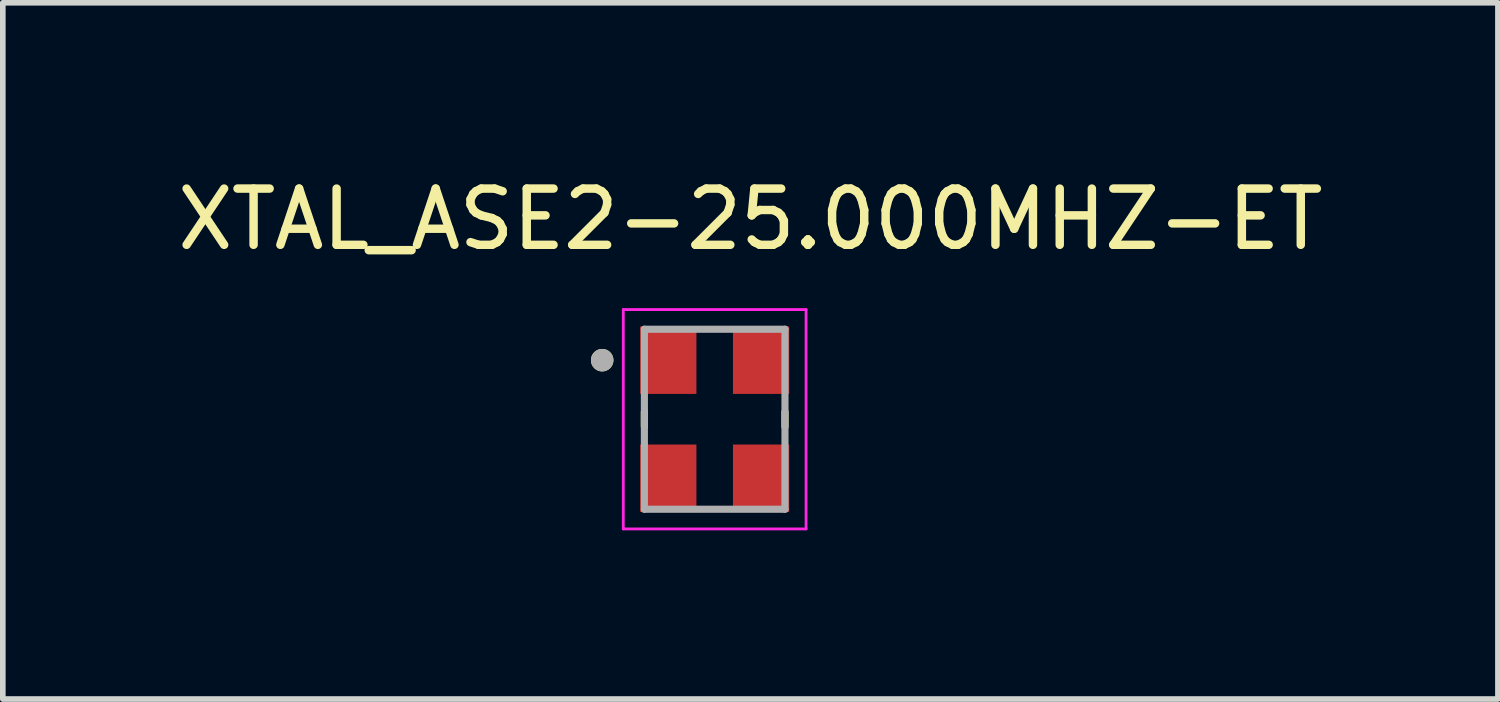
<source format=kicad_pcb>
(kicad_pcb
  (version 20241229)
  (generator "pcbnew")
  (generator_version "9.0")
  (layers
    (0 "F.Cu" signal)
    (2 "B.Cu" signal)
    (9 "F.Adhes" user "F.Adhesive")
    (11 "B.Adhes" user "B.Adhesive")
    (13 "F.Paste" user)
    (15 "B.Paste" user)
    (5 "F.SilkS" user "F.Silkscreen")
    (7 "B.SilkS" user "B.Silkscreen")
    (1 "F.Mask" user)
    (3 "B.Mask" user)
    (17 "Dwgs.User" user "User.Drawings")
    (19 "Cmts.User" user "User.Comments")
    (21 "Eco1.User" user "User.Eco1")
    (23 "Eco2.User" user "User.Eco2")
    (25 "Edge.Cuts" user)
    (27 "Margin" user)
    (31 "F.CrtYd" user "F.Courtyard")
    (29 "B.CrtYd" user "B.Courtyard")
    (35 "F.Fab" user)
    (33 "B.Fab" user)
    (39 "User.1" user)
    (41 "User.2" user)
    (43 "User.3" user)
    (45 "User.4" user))
  (footprint "XTAL_ASE2-25.000MHZ-ET"
    (layer "F.Cu")
    (at 9.657 4.404)
    (property "Reference" "XTAL_ASE2-25.000MHZ-ET" (at 0.635 -3.556 0) (layer "F.SilkS") (effects (font (size 1 1) (thickness 0.15))))
    (attr smd)
    (fp_line (start -1.25 -0.13) (end -1.25 0.13) (stroke (width 0.127) (type solid)) (layer "F.SilkS"))
    (fp_line (start 1.25 0.13) (end 1.25 -0.13) (stroke (width 0.127) (type solid)) (layer "F.SilkS"))
    (fp_circle (center -2 -1.05) (end -1.9 -1.05) (stroke (width 0.2) (type solid)) (fill no) (layer "F.SilkS"))
    (fp_line (start -1.625 -1.95) (end 1.625 -1.95) (stroke (width 0.05) (type solid)) (layer "F.CrtYd"))
    (fp_line (start -1.625 1.95) (end -1.625 -1.95) (stroke (width 0.05) (type solid)) (layer "F.CrtYd"))
    (fp_line (start 1.625 -1.95) (end 1.625 1.95) (stroke (width 0.05) (type solid)) (layer "F.CrtYd"))
    (fp_line (start 1.625 1.95) (end -1.625 1.95) (stroke (width 0.05) (type solid)) (layer "F.CrtYd"))
    (fp_line (start -1.25 -1.6) (end 1.25 -1.6) (stroke (width 0.127) (type solid)) (layer "F.Fab"))
    (fp_line (start -1.25 1.6) (end -1.25 -1.6) (stroke (width 0.127) (type solid)) (layer "F.Fab"))
    (fp_line (start 1.25 -1.6) (end 1.25 1.6) (stroke (width 0.127) (type solid)) (layer "F.Fab"))
    (fp_line (start 1.25 1.6) (end -1.25 1.6) (stroke (width 0.127) (type solid)) (layer "F.Fab"))
    (fp_circle (center -2 -1.05) (end -1.9 -1.05) (stroke (width 0.2) (type solid)) (fill no) (layer "F.Fab"))
    (pad "1" smd rect (at -0.825 -1.05) (size 1 1.2) (layers "F.Cu" "F.Mask" "F.Paste"))
    (pad "2" smd rect (at -0.825 1.05) (size 1 1.2) (layers "F.Cu" "F.Mask" "F.Paste"))
    (pad "3" smd rect (at 0.825 1.05) (size 1 1.2) (layers "F.Cu" "F.Mask" "F.Paste"))
    (pad "4" smd rect (at 0.825 -1.05) (size 1 1.2) (layers "F.Cu" "F.Mask" "F.Paste")))
  (gr_rect
    (start -3 -3)
    (end 23.583 9.379)
    (stroke (width 0.1) (type default))
    (fill no)
    (layer "Edge.Cuts")))
</source>
